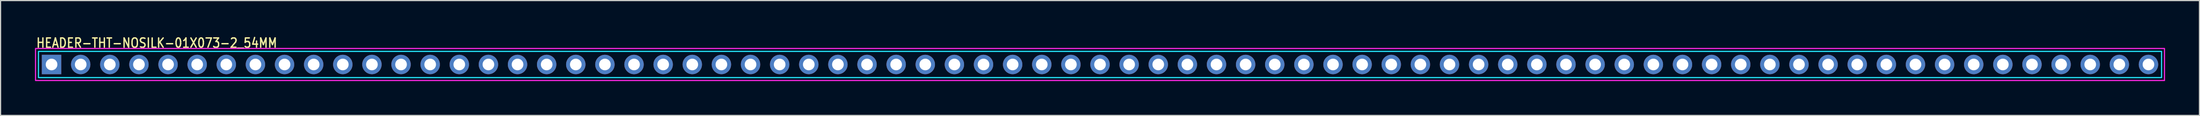
<source format=kicad_pcb>
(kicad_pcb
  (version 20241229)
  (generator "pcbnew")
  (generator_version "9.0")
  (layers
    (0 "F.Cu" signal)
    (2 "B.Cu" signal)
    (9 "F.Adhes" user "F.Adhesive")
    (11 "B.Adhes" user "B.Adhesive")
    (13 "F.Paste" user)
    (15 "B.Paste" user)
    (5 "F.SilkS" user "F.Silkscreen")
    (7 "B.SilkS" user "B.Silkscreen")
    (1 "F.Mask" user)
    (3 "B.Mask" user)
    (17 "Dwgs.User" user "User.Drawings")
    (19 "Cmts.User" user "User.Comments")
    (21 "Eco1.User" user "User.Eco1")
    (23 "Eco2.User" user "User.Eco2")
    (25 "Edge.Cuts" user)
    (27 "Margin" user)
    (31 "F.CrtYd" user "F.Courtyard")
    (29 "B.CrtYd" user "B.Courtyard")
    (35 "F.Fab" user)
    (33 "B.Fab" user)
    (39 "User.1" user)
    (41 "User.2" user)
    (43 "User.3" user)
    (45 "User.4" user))
  (footprint "HEADER-THT-NOSILK-01X073-2_54MM"
    (layer "F.Cu")
    (at 1.447 2.579)
    (property "Reference" "HEADER-THT-NOSILK-01X073-2_54MM" (at -1.4 -1.4 0) (unlocked yes) (layer "F.SilkS") (effects (font (size 0.813 0.695) (thickness 0.122)) (justify left bottom)))
    (fp_poly (pts (xy -1.143 -1.143) (xy 184.023 -1.143) (xy 184.023 1.143) (xy -1.143 1.143)) (stroke (width 0.1) (type solid)) (fill no) (layer "B.CrtYd"))
    (fp_poly (pts (xy -1.397 -1.397) (xy 184.277 -1.397) (xy 184.277 1.397) (xy -1.397 1.397)) (stroke (width 0.1) (type solid)) (fill no) (layer "F.CrtYd"))
    (pad "P$1" thru_hole rect (at 0 0) (size 1.693 1.693) (drill 1.016) (layers "*.Cu" "*.Mask"))
    (pad "P$2" thru_hole oval (at 2.54 0) (size 1.693 1.693) (drill 1.016) (layers "*.Cu" "*.Mask"))
    (pad "P$3" thru_hole oval (at 5.08 0) (size 1.693 1.693) (drill 1.016) (layers "*.Cu" "*.Mask"))
    (pad "P$4" thru_hole oval (at 7.62 0) (size 1.693 1.693) (drill 1.016) (layers "*.Cu" "*.Mask"))
    (pad "P$5" thru_hole oval (at 10.16 0) (size 1.693 1.693) (drill 1.016) (layers "*.Cu" "*.Mask"))
    (pad "P$6" thru_hole oval (at 12.7 0) (size 1.693 1.693) (drill 1.016) (layers "*.Cu" "*.Mask"))
    (pad "P$7" thru_hole oval (at 15.24 0) (size 1.693 1.693) (drill 1.016) (layers "*.Cu" "*.Mask"))
    (pad "P$8" thru_hole oval (at 17.78 0) (size 1.693 1.693) (drill 1.016) (layers "*.Cu" "*.Mask"))
    (pad "P$9" thru_hole oval (at 20.32 0) (size 1.693 1.693) (drill 1.016) (layers "*.Cu" "*.Mask"))
    (pad "P$10" thru_hole oval (at 22.86 0) (size 1.693 1.693) (drill 1.016) (layers "*.Cu" "*.Mask"))
    (pad "P$11" thru_hole oval (at 25.4 0) (size 1.693 1.693) (drill 1.016) (layers "*.Cu" "*.Mask"))
    (pad "P$12" thru_hole oval (at 27.94 0) (size 1.693 1.693) (drill 1.016) (layers "*.Cu" "*.Mask"))
    (pad "P$13" thru_hole oval (at 30.48 0) (size 1.693 1.693) (drill 1.016) (layers "*.Cu" "*.Mask"))
    (pad "P$14" thru_hole oval (at 33.02 0) (size 1.693 1.693) (drill 1.016) (layers "*.Cu" "*.Mask"))
    (pad "P$15" thru_hole oval (at 35.56 0) (size 1.693 1.693) (drill 1.016) (layers "*.Cu" "*.Mask"))
    (pad "P$16" thru_hole oval (at 38.1 0) (size 1.693 1.693) (drill 1.016) (layers "*.Cu" "*.Mask"))
    (pad "P$17" thru_hole oval (at 40.64 0) (size 1.693 1.693) (drill 1.016) (layers "*.Cu" "*.Mask"))
    (pad "P$18" thru_hole oval (at 43.18 0) (size 1.693 1.693) (drill 1.016) (layers "*.Cu" "*.Mask"))
    (pad "P$19" thru_hole oval (at 45.72 0) (size 1.693 1.693) (drill 1.016) (layers "*.Cu" "*.Mask"))
    (pad "P$20" thru_hole oval (at 48.26 0) (size 1.693 1.693) (drill 1.016) (layers "*.Cu" "*.Mask"))
    (pad "P$21" thru_hole oval (at 50.8 0) (size 1.693 1.693) (drill 1.016) (layers "*.Cu" "*.Mask"))
    (pad "P$22" thru_hole oval (at 53.34 0) (size 1.693 1.693) (drill 1.016) (layers "*.Cu" "*.Mask"))
    (pad "P$23" thru_hole oval (at 55.88 0) (size 1.693 1.693) (drill 1.016) (layers "*.Cu" "*.Mask"))
    (pad "P$24" thru_hole oval (at 58.42 0) (size 1.693 1.693) (drill 1.016) (layers "*.Cu" "*.Mask"))
    (pad "P$25" thru_hole oval (at 60.96 0) (size 1.693 1.693) (drill 1.016) (layers "*.Cu" "*.Mask"))
    (pad "P$26" thru_hole oval (at 63.5 0) (size 1.693 1.693) (drill 1.016) (layers "*.Cu" "*.Mask"))
    (pad "P$27" thru_hole oval (at 66.04 0) (size 1.693 1.693) (drill 1.016) (layers "*.Cu" "*.Mask"))
    (pad "P$28" thru_hole oval (at 68.58 0) (size 1.693 1.693) (drill 1.016) (layers "*.Cu" "*.Mask"))
    (pad "P$29" thru_hole oval (at 71.12 0) (size 1.693 1.693) (drill 1.016) (layers "*.Cu" "*.Mask"))
    (pad "P$30" thru_hole oval (at 73.66 0) (size 1.693 1.693) (drill 1.016) (layers "*.Cu" "*.Mask"))
    (pad "P$31" thru_hole oval (at 76.2 0) (size 1.693 1.693) (drill 1.016) (layers "*.Cu" "*.Mask"))
    (pad "P$32" thru_hole oval (at 78.74 0) (size 1.693 1.693) (drill 1.016) (layers "*.Cu" "*.Mask"))
    (pad "P$33" thru_hole oval (at 81.28 0) (size 1.693 1.693) (drill 1.016) (layers "*.Cu" "*.Mask"))
    (pad "P$34" thru_hole oval (at 83.82 0) (size 1.693 1.693) (drill 1.016) (layers "*.Cu" "*.Mask"))
    (pad "P$35" thru_hole oval (at 86.36 0) (size 1.693 1.693) (drill 1.016) (layers "*.Cu" "*.Mask"))
    (pad "P$36" thru_hole oval (at 88.9 0) (size 1.693 1.693) (drill 1.016) (layers "*.Cu" "*.Mask"))
    (pad "P$37" thru_hole oval (at 91.44 0) (size 1.693 1.693) (drill 1.016) (layers "*.Cu" "*.Mask"))
    (pad "P$38" thru_hole oval (at 93.98 0) (size 1.693 1.693) (drill 1.016) (layers "*.Cu" "*.Mask"))
    (pad "P$39" thru_hole oval (at 96.52 0) (size 1.693 1.693) (drill 1.016) (layers "*.Cu" "*.Mask"))
    (pad "P$40" thru_hole oval (at 99.06 0) (size 1.693 1.693) (drill 1.016) (layers "*.Cu" "*.Mask"))
    (pad "P$41" thru_hole oval (at 101.6 0) (size 1.693 1.693) (drill 1.016) (layers "*.Cu" "*.Mask"))
    (pad "P$42" thru_hole oval (at 104.14 0) (size 1.693 1.693) (drill 1.016) (layers "*.Cu" "*.Mask"))
    (pad "P$43" thru_hole oval (at 106.68 0) (size 1.693 1.693) (drill 1.016) (layers "*.Cu" "*.Mask"))
    (pad "P$44" thru_hole oval (at 109.22 0) (size 1.693 1.693) (drill 1.016) (layers "*.Cu" "*.Mask"))
    (pad "P$45" thru_hole oval (at 111.76 0) (size 1.693 1.693) (drill 1.016) (layers "*.Cu" "*.Mask"))
    (pad "P$46" thru_hole oval (at 114.3 0) (size 1.693 1.693) (drill 1.016) (layers "*.Cu" "*.Mask"))
    (pad "P$47" thru_hole oval (at 116.84 0) (size 1.693 1.693) (drill 1.016) (layers "*.Cu" "*.Mask"))
    (pad "P$48" thru_hole oval (at 119.38 0) (size 1.693 1.693) (drill 1.016) (layers "*.Cu" "*.Mask"))
    (pad "P$49" thru_hole oval (at 121.92 0) (size 1.693 1.693) (drill 1.016) (layers "*.Cu" "*.Mask"))
    (pad "P$50" thru_hole oval (at 124.46 0) (size 1.693 1.693) (drill 1.016) (layers "*.Cu" "*.Mask"))
    (pad "P$51" thru_hole oval (at 127 0) (size 1.693 1.693) (drill 1.016) (layers "*.Cu" "*.Mask"))
    (pad "P$52" thru_hole oval (at 129.54 0) (size 1.693 1.693) (drill 1.016) (layers "*.Cu" "*.Mask"))
    (pad "P$53" thru_hole oval (at 132.08 0) (size 1.693 1.693) (drill 1.016) (layers "*.Cu" "*.Mask"))
    (pad "P$54" thru_hole oval (at 134.62 0) (size 1.693 1.693) (drill 1.016) (layers "*.Cu" "*.Mask"))
    (pad "P$55" thru_hole oval (at 137.16 0) (size 1.693 1.693) (drill 1.016) (layers "*.Cu" "*.Mask"))
    (pad "P$56" thru_hole oval (at 139.7 0) (size 1.693 1.693) (drill 1.016) (layers "*.Cu" "*.Mask"))
    (pad "P$57" thru_hole oval (at 142.24 0) (size 1.693 1.693) (drill 1.016) (layers "*.Cu" "*.Mask"))
    (pad "P$58" thru_hole oval (at 144.78 0) (size 1.693 1.693) (drill 1.016) (layers "*.Cu" "*.Mask"))
    (pad "P$59" thru_hole oval (at 147.32 0) (size 1.693 1.693) (drill 1.016) (layers "*.Cu" "*.Mask"))
    (pad "P$60" thru_hole oval (at 149.86 0) (size 1.693 1.693) (drill 1.016) (layers "*.Cu" "*.Mask"))
    (pad "P$61" thru_hole oval (at 152.4 0) (size 1.693 1.693) (drill 1.016) (layers "*.Cu" "*.Mask"))
    (pad "P$62" thru_hole oval (at 154.94 0) (size 1.693 1.693) (drill 1.016) (layers "*.Cu" "*.Mask"))
    (pad "P$63" thru_hole oval (at 157.48 0) (size 1.693 1.693) (drill 1.016) (layers "*.Cu" "*.Mask"))
    (pad "P$64" thru_hole oval (at 160.02 0) (size 1.693 1.693) (drill 1.016) (layers "*.Cu" "*.Mask"))
    (pad "P$65" thru_hole oval (at 162.56 0) (size 1.693 1.693) (drill 1.016) (layers "*.Cu" "*.Mask"))
    (pad "P$66" thru_hole oval (at 165.1 0) (size 1.693 1.693) (drill 1.016) (layers "*.Cu" "*.Mask"))
    (pad "P$67" thru_hole oval (at 167.64 0) (size 1.693 1.693) (drill 1.016) (layers "*.Cu" "*.Mask"))
    (pad "P$68" thru_hole oval (at 170.18 0) (size 1.693 1.693) (drill 1.016) (layers "*.Cu" "*.Mask"))
    (pad "P$69" thru_hole oval (at 172.72 0) (size 1.693 1.693) (drill 1.016) (layers "*.Cu" "*.Mask"))
    (pad "P$70" thru_hole oval (at 175.26 0) (size 1.693 1.693) (drill 1.016) (layers "*.Cu" "*.Mask"))
    (pad "P$71" thru_hole oval (at 177.8 0) (size 1.693 1.693) (drill 1.016) (layers "*.Cu" "*.Mask"))
    (pad "P$72" thru_hole oval (at 180.34 0) (size 1.693 1.693) (drill 1.016) (layers "*.Cu" "*.Mask"))
    (pad "P$73" thru_hole oval (at 182.88 0) (size 1.693 1.693) (drill 1.016) (layers "*.Cu" "*.Mask")))
  (gr_rect
    (start -3 -3)
    (end 188.774 7.026)
    (stroke (width 0.1) (type default))
    (fill no)
    (layer "Edge.Cuts")))
</source>
